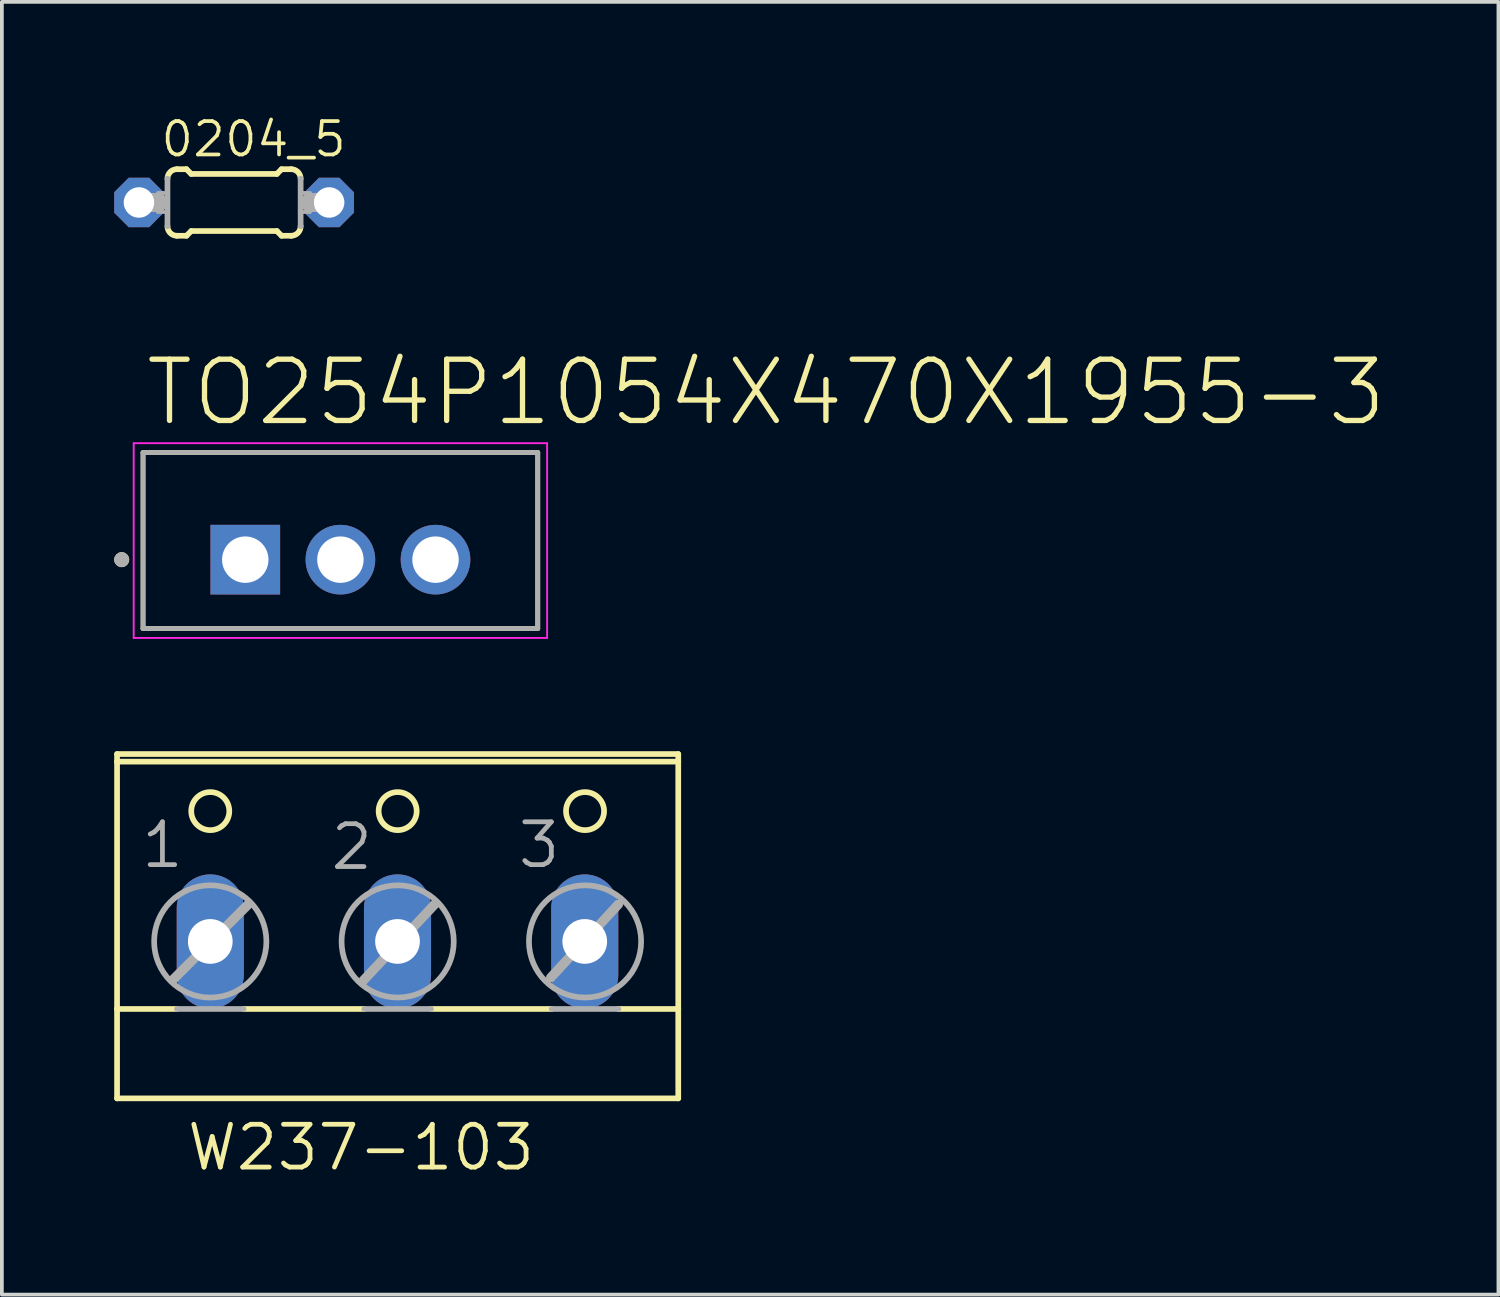
<source format=kicad_pcb>
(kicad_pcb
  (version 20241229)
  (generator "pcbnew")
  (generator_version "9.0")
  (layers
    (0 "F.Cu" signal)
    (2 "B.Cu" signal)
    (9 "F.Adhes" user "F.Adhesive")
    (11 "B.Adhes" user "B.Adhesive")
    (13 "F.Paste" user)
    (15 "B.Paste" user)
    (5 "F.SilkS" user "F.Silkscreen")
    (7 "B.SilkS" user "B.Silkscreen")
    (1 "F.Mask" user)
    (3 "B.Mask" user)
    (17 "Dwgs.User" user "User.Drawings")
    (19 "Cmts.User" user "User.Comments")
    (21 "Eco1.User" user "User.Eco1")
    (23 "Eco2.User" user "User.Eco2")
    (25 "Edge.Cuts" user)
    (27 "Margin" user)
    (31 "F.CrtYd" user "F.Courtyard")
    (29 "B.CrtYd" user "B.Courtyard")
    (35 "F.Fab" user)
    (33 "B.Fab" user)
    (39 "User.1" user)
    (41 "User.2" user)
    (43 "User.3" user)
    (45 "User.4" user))
  (footprint "0204_5"
    (layer "F.Cu")
    (at 3.2 2.357)
    (property "Reference" "0204_5" (at -2.007 -1.168 0) (unlocked yes) (layer "F.SilkS") (effects (font (size 0.892 0.892) (thickness 0.099)) (justify left bottom)))
    (fp_line (start -1.524 -0.889) (end -1.27 -0.889) (stroke (width 0.152) (type solid)) (layer "F.SilkS"))
    (fp_line (start -1.524 0.889) (end -1.27 0.889) (stroke (width 0.152) (type solid)) (layer "F.SilkS"))
    (fp_line (start -1.143 -0.762) (end -1.27 -0.889) (stroke (width 0.152) (type solid)) (layer "F.SilkS"))
    (fp_line (start -1.143 0.762) (end -1.27 0.889) (stroke (width 0.152) (type solid)) (layer "F.SilkS"))
    (fp_line (start 1.143 -0.762) (end -1.143 -0.762) (stroke (width 0.152) (type solid)) (layer "F.SilkS"))
    (fp_line (start 1.143 -0.762) (end 1.27 -0.889) (stroke (width 0.152) (type solid)) (layer "F.SilkS"))
    (fp_line (start 1.143 0.762) (end -1.143 0.762) (stroke (width 0.152) (type solid)) (layer "F.SilkS"))
    (fp_line (start 1.143 0.762) (end 1.27 0.889) (stroke (width 0.152) (type solid)) (layer "F.SilkS"))
    (fp_line (start 1.524 -0.889) (end 1.27 -0.889) (stroke (width 0.152) (type solid)) (layer "F.SilkS"))
    (fp_line (start 1.524 0.889) (end 1.27 0.889) (stroke (width 0.152) (type solid)) (layer "F.SilkS"))
    (fp_arc (start -1.778 -0.635) (mid -1.703605 -0.814605) (end -1.524 -0.889) (stroke (width 0.1524) (type solid)) (layer "F.SilkS"))
    (fp_arc (start -1.524 0.889) (mid -1.703605 0.814605) (end -1.778 0.635) (stroke (width 0.1524) (type solid)) (layer "F.SilkS"))
    (fp_arc (start 1.524 -0.889) (mid 1.703605 -0.814605) (end 1.778 -0.635) (stroke (width 0.1524) (type solid)) (layer "F.SilkS"))
    (fp_arc (start 1.778 0.635) (mid 1.703605 0.814605) (end 1.524 0.889) (stroke (width 0.1524) (type solid)) (layer "F.SilkS"))
    (fp_line (start -2.54 0) (end -2.032 0) (stroke (width 0.508) (type solid)) (layer "F.Fab"))
    (fp_line (start -1.778 0.635) (end -1.778 -0.635) (stroke (width 0.152) (type solid)) (layer "F.Fab"))
    (fp_line (start 1.778 0.635) (end 1.778 -0.635) (stroke (width 0.152) (type solid)) (layer "F.Fab"))
    (fp_line (start 2.54 0) (end 2.032 0) (stroke (width 0.508) (type solid)) (layer "F.Fab"))
    (fp_poly (pts (xy -2.032 0.254) (xy -1.778 0.254) (xy -1.778 -0.254) (xy -2.032 -0.254)) (stroke (width 0.1) (type default)) (fill no) (layer "F.Fab"))
    (fp_poly (pts (xy 1.778 0.254) (xy 2.032 0.254) (xy 2.032 -0.254) (xy 1.778 -0.254)) (stroke (width 0.1) (type default)) (fill no) (layer "F.Fab"))
    (pad "1" thru_hole roundrect (at -2.54 0) (size 1.321 1.321) (drill 0.813) (layers "*.Cu" "*.Mask") (roundrect_rratio 0.25) (chamfer_ratio 0.293) (chamfer top_left top_right bottom_left bottom_right))
    (pad "2" thru_hole roundrect (at 2.54 0) (size 1.321 1.321) (drill 0.813) (layers "*.Cu" "*.Mask") (roundrect_rratio 0.25) (chamfer_ratio 0.293) (chamfer top_left top_right bottom_left bottom_right)))
  (footprint "W237-103"
    (layer "F.Cu")
    (at 7.565 20.8)
    (property "Reference" "W237-103" (at -5.686 7.462 0) (unlocked yes) (layer "F.SilkS") (effects (font (size 1.143 1.143) (thickness 0.127)) (justify left bottom)))
    (fp_line (start -7.489 -3.511) (end -7.489 -3.714) (stroke (width 0.152) (type solid)) (layer "F.SilkS"))
    (fp_line (start -7.489 3.093) (end -7.489 -3.511) (stroke (width 0.152) (type solid)) (layer "F.SilkS"))
    (fp_line (start -7.489 3.093) (end -5.889 3.093) (stroke (width 0.152) (type solid)) (layer "F.SilkS"))
    (fp_line (start -7.489 5.481) (end -7.489 3.093) (stroke (width 0.152) (type solid)) (layer "F.SilkS"))
    (fp_line (start -7.489 5.481) (end 7.497 5.481) (stroke (width 0.152) (type solid)) (layer "F.SilkS"))
    (fp_line (start -4.111 3.093) (end -0.885 3.093) (stroke (width 0.152) (type solid)) (layer "F.SilkS"))
    (fp_line (start 0.893 3.093) (end 4.119 3.093) (stroke (width 0.152) (type solid)) (layer "F.SilkS"))
    (fp_line (start 5.897 3.093) (end 7.497 3.093) (stroke (width 0.152) (type solid)) (layer "F.SilkS"))
    (fp_line (start 7.497 -3.714) (end -7.489 -3.714) (stroke (width 0.152) (type solid)) (layer "F.SilkS"))
    (fp_line (start 7.497 -3.714) (end 7.497 -3.511) (stroke (width 0.152) (type solid)) (layer "F.SilkS"))
    (fp_line (start 7.497 -3.511) (end -7.489 -3.511) (stroke (width 0.152) (type solid)) (layer "F.SilkS"))
    (fp_line (start 7.497 -3.511) (end 7.497 3.093) (stroke (width 0.152) (type solid)) (layer "F.SilkS"))
    (fp_line (start 7.497 3.093) (end 7.497 5.481) (stroke (width 0.152) (type solid)) (layer "F.SilkS"))
    (fp_circle (center -5 -2.19) (end -4.492 -2.19) (stroke (width 0.152) (type solid)) (fill no) (layer "F.SilkS"))
    (fp_circle (center 0.004 -2.19) (end 0.512 -2.19) (stroke (width 0.152) (type solid)) (fill no) (layer "F.SilkS"))
    (fp_circle (center 5.008 -2.19) (end 5.516 -2.19) (stroke (width 0.152) (type solid)) (fill no) (layer "F.SilkS"))
    (fp_line (start -5.991 2.306) (end -3.984 0.299) (stroke (width 0.254) (type solid)) (layer "F.Fab"))
    (fp_line (start -5.889 3.093) (end -4.111 3.093) (stroke (width 0.152) (type solid)) (layer "F.Fab"))
    (fp_line (start -0.911 2.331) (end 0.994 0.299) (stroke (width 0.254) (type solid)) (layer "F.Fab"))
    (fp_line (start -0.885 3.093) (end 0.893 3.093) (stroke (width 0.152) (type solid)) (layer "F.Fab"))
    (fp_line (start 4.093 2.255) (end 5.897 0.299) (stroke (width 0.254) (type solid)) (layer "F.Fab"))
    (fp_line (start 4.119 3.093) (end 5.897 3.093) (stroke (width 0.152) (type solid)) (layer "F.Fab"))
    (fp_circle (center -5 1.29) (end -3.501 1.29) (stroke (width 0.152) (type solid)) (fill no) (layer "F.Fab"))
    (fp_circle (center 0.004 1.29) (end 1.502 1.29) (stroke (width 0.152) (type solid)) (fill no) (layer "F.Fab"))
    (fp_circle (center 5.008 1.29) (end 6.506 1.29) (stroke (width 0.152) (type solid)) (fill no) (layer "F.Fab"))
    (fp_text user "3" (at 3.153 -0.615 0) (layer "F.Fab") (effects (font (size 1.143 1.143) (thickness 0.127)) (justify left bottom)))
    (fp_text user "1" (at -6.905 -0.615 0) (layer "F.Fab") (effects (font (size 1.143 1.143) (thickness 0.127)) (justify left bottom)))
    (fp_text user "2" (at -1.85 -0.564 0) (layer "F.Fab") (effects (font (size 1.143 1.143) (thickness 0.127)) (justify left bottom)))
    (pad "1" thru_hole oval (at -5 1.29 90) (size 3.581 1.791) (drill 1.194) (layers "*.Cu" "*.Mask"))
    (pad "2" thru_hole oval (at 0 1.29 90) (size 3.581 1.791) (drill 1.194) (layers "*.Cu" "*.Mask"))
    (pad "3" thru_hole oval (at 5 1.29 90) (size 3.581 1.791) (drill 1.194) (layers "*.Cu" "*.Mask")))
  (footprint "TO254P1054X470X1955-3"
    (layer "F.Cu")
    (at 6.04 11.895)
    (property "Reference" "TO254P1054X470X1955-3" (at -5.28 -3.51 0) (unlocked yes) (layer "F.SilkS") (effects (font (size 1.636 1.636) (thickness 0.142)) (justify left bottom)))
    (fp_line (start -5.27 -2.86) (end -5.27 1.84) (stroke (width 0.127) (type solid)) (layer "F.SilkS"))
    (fp_line (start -5.27 1.84) (end 5.27 1.84) (stroke (width 0.127) (type solid)) (layer "F.SilkS"))
    (fp_line (start 5.27 -2.86) (end -5.27 -2.86) (stroke (width 0.127) (type solid)) (layer "F.SilkS"))
    (fp_line (start 5.27 1.84) (end 5.27 -2.86) (stroke (width 0.127) (type solid)) (layer "F.SilkS"))
    (fp_circle (center -5.84 0) (end -5.74 0) (stroke (width 0.2) (type solid)) (fill no) (layer "F.SilkS"))
    (fp_line (start -5.52 -3.11) (end -5.52 2.09) (stroke (width 0.05) (type solid)) (layer "F.CrtYd"))
    (fp_line (start -5.52 2.09) (end 5.52 2.09) (stroke (width 0.05) (type solid)) (layer "F.CrtYd"))
    (fp_line (start 5.52 -3.11) (end -5.52 -3.11) (stroke (width 0.05) (type solid)) (layer "F.CrtYd"))
    (fp_line (start 5.52 2.09) (end 5.52 -3.11) (stroke (width 0.05) (type solid)) (layer "F.CrtYd"))
    (fp_line (start -5.27 -2.86) (end -5.27 1.84) (stroke (width 0.127) (type solid)) (layer "F.Fab"))
    (fp_line (start -5.27 1.84) (end 5.27 1.84) (stroke (width 0.127) (type solid)) (layer "F.Fab"))
    (fp_line (start 5.27 -2.86) (end -5.27 -2.86) (stroke (width 0.127) (type solid)) (layer "F.Fab"))
    (fp_line (start 5.27 1.84) (end 5.27 -2.86) (stroke (width 0.127) (type solid)) (layer "F.Fab"))
    (fp_circle (center -5.84 0) (end -5.74 0) (stroke (width 0.2) (type solid)) (fill no) (layer "F.Fab"))
    (pad "1" thru_hole rect (at -2.54 0) (size 1.86 1.86) (drill 1.24) (layers "*.Cu" "*.Mask"))
    (pad "2" thru_hole circle (at 0 0) (size 1.86 1.86) (drill 1.24) (layers "*.Cu" "*.Mask"))
    (pad "3" thru_hole circle (at 2.54 0) (size 1.86 1.86) (drill 1.24) (layers "*.Cu" "*.Mask")))
  (gr_rect
    (start -3 -3)
    (end 36.964 31.521)
    (stroke (width 0.1) (type default))
    (fill no)
    (layer "Edge.Cuts")))
</source>
